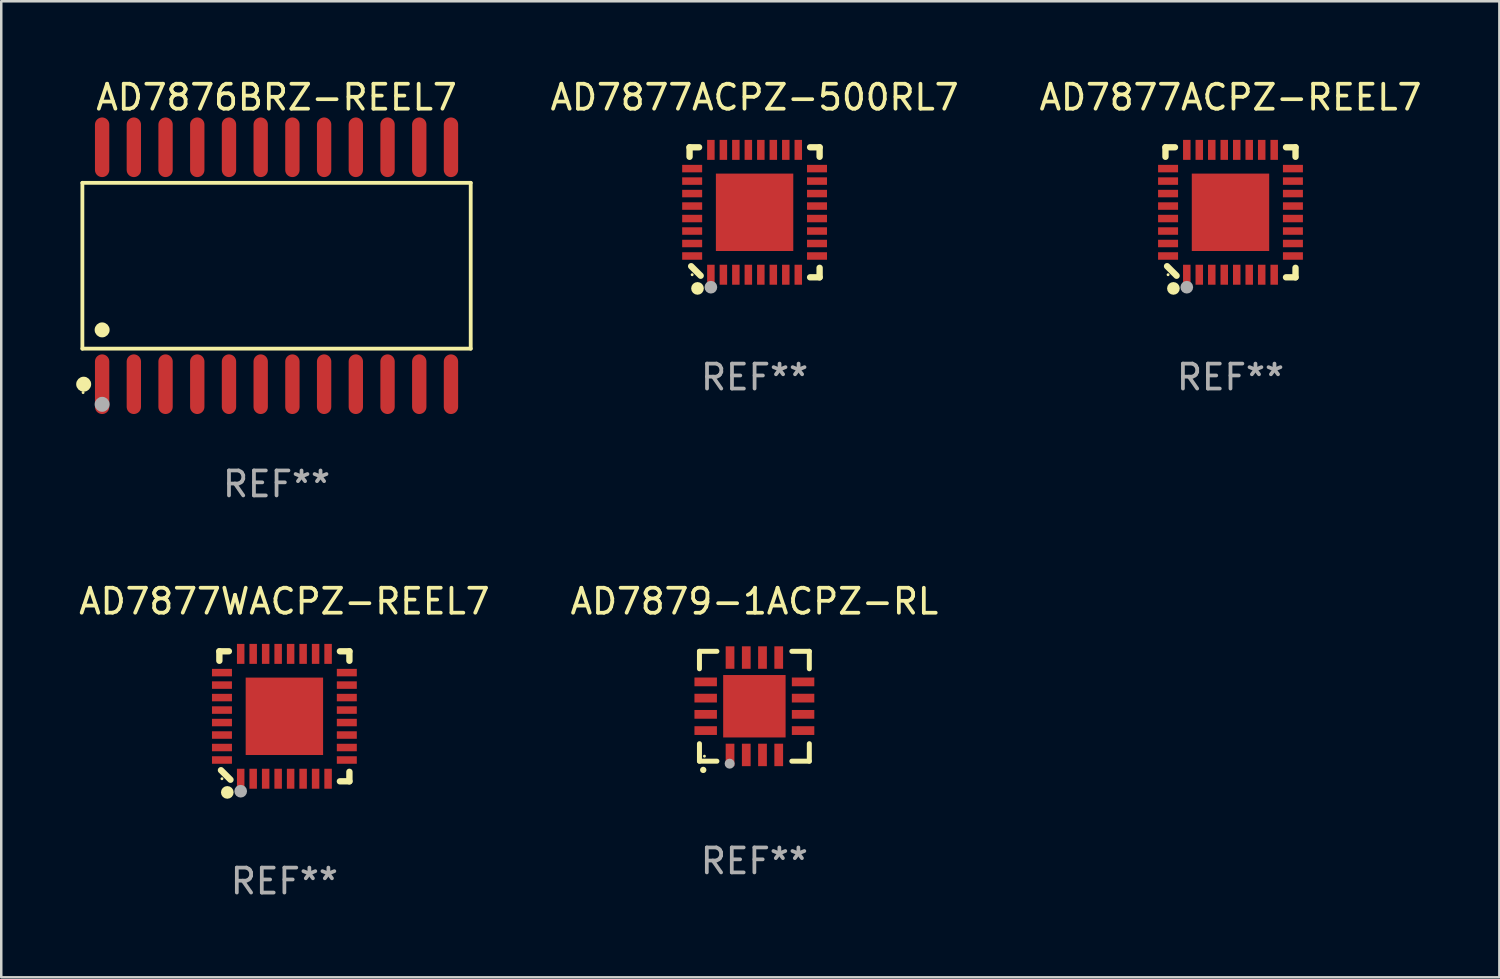
<source format=kicad_pcb>
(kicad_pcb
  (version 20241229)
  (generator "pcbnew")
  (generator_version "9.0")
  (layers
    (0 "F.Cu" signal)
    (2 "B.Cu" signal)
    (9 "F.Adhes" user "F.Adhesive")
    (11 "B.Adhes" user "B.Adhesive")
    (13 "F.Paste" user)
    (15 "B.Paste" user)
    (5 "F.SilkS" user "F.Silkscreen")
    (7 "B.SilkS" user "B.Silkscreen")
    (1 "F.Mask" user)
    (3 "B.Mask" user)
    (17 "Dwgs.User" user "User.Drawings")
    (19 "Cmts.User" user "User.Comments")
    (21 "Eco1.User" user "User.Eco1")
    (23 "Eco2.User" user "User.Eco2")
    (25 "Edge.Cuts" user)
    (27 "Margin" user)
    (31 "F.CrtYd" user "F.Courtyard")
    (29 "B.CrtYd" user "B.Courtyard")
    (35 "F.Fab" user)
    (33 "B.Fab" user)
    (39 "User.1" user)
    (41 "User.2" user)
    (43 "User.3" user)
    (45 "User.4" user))
  (footprint "AD7879-1ACPZ-RL"
    (layer "F.Cu")
    (at 27.161 25.233)
    (property "Reference" "AD7879-1ACPZ-RL" (at 0 -4.2 0) (layer "F.SilkS") (effects (font (size 1 1) (thickness 0.15))))
    (attr through_hole)
    (fp_line (start -2.2 -2.2) (end -1.5 -2.2) (stroke (width 0.2) (type solid)) (layer "F.SilkS"))
    (fp_line (start -2.2 -1.5) (end -2.2 -2.2) (stroke (width 0.2) (type solid)) (layer "F.SilkS"))
    (fp_line (start -2.2 2.2) (end -2.2 1.5) (stroke (width 0.2) (type solid)) (layer "F.SilkS"))
    (fp_line (start -1.5 2.2) (end -2.2 2.2) (stroke (width 0.2) (type solid)) (layer "F.SilkS"))
    (fp_line (start 1.5 2.2) (end 2.2 2.2) (stroke (width 0.2) (type solid)) (layer "F.SilkS"))
    (fp_line (start 2.2 -2.2) (end 1.5 -2.2) (stroke (width 0.2) (type solid)) (layer "F.SilkS"))
    (fp_line (start 2.2 -1.5) (end 2.2 -2.2) (stroke (width 0.2) (type solid)) (layer "F.SilkS"))
    (fp_line (start 2.2 2.2) (end 2.2 1.5) (stroke (width 0.2) (type solid)) (layer "F.SilkS"))
    (fp_arc (start -2.049784 2.550165) (mid -2.048514 2.550159) (end -2.047244 2.550165) (stroke (width 0.25) (type solid)) (layer "F.SilkS"))
    (fp_circle (center -2 2) (end -1.97 2) (stroke (width 0.06) (type solid)) (fill no) (layer "F.SilkS"))
    (fp_circle (center -0.99 2.3) (end -0.89 2.3) (stroke (width 0.2) (type solid)) (fill no) (layer "F.Fab"))
    (fp_text user "REF**" (at 0 6.2 0) (layer "F.Fab") (effects (font (size 1 1) (thickness 0.15))))
    (pad "1" smd rect (at -0.975 1.95 180) (size 0.35 0.9) (layers "F.Cu" "F.Mask" "F.Paste"))
    (pad "2" smd rect (at -0.325 1.95 180) (size 0.35 0.9) (layers "F.Cu" "F.Mask" "F.Paste"))
    (pad "3" smd rect (at 0.325 1.95 180) (size 0.35 0.9) (layers "F.Cu" "F.Mask" "F.Paste"))
    (pad "4" smd rect (at 0.975 1.95 180) (size 0.35 0.9) (layers "F.Cu" "F.Mask" "F.Paste"))
    (pad "5" smd rect (at 1.95 0.975 90) (size 0.35 0.9) (layers "F.Cu" "F.Mask" "F.Paste"))
    (pad "6" smd rect (at 1.95 0.325 90) (size 0.35 0.9) (layers "F.Cu" "F.Mask" "F.Paste"))
    (pad "7" smd rect (at 1.95 -0.325 90) (size 0.35 0.9) (layers "F.Cu" "F.Mask" "F.Paste"))
    (pad "8" smd rect (at 1.95 -0.975 90) (size 0.35 0.9) (layers "F.Cu" "F.Mask" "F.Paste"))
    (pad "9" smd rect (at 0.975 -1.95 180) (size 0.35 0.9) (layers "F.Cu" "F.Mask" "F.Paste"))
    (pad "10" smd rect (at 0.325 -1.95 180) (size 0.35 0.9) (layers "F.Cu" "F.Mask" "F.Paste"))
    (pad "11" smd rect (at -0.325 -1.95 180) (size 0.35 0.9) (layers "F.Cu" "F.Mask" "F.Paste"))
    (pad "12" smd rect (at -0.975 -1.95 180) (size 0.35 0.9) (layers "F.Cu" "F.Mask" "F.Paste"))
    (pad "13" smd rect (at -1.95 -0.975 90) (size 0.35 0.9) (layers "F.Cu" "F.Mask" "F.Paste"))
    (pad "14" smd rect (at -1.95 -0.325 90) (size 0.35 0.9) (layers "F.Cu" "F.Mask" "F.Paste"))
    (pad "15" smd rect (at -1.95 0.325 90) (size 0.35 0.9) (layers "F.Cu" "F.Mask" "F.Paste"))
    (pad "16" smd rect (at -1.95 0.975 90) (size 0.35 0.9) (layers "F.Cu" "F.Mask" "F.Paste"))
    (pad "17" smd rect (at 0.000051 0.000051 90) (size 2.5 2.5) (layers "F.Cu" "F.Mask" "F.Paste")))
  (footprint "AD7876BRZ-REEL7"
    (layer "F.Cu")
    (at 8.025 7.592)
    (property "Reference" "AD7876BRZ-REEL7" (at 0 -6.744 0) (layer "F.SilkS") (effects (font (size 1 1) (thickness 0.15))))
    (attr through_hole)
    (fp_line (start -7.776 -3.321) (end 7.776 -3.321) (stroke (width 0.152) (type solid)) (layer "F.SilkS"))
    (fp_line (start -7.776 3.321) (end -7.776 -3.321) (stroke (width 0.152) (type solid)) (layer "F.SilkS"))
    (fp_line (start 7.776 -3.321) (end 7.776 3.321) (stroke (width 0.152) (type solid)) (layer "F.SilkS"))
    (fp_line (start 7.776 3.321) (end -7.776 3.321) (stroke (width 0.152) (type solid)) (layer "F.SilkS"))
    (fp_circle (center -7.747 5.08) (end -7.717 5.08) (stroke (width 0.06) (type solid)) (fill no) (layer "F.SilkS"))
    (fp_circle (center -7.724 4.744) (end -7.574 4.744) (stroke (width 0.3) (type solid)) (fill no) (layer "F.SilkS"))
    (fp_circle (center -6.985 2.569) (end -6.835 2.569) (stroke (width 0.3) (type solid)) (fill no) (layer "F.SilkS"))
    (fp_circle (center -6.985 5.55) (end -6.835 5.55) (stroke (width 0.3) (type solid)) (fill no) (layer "F.Fab"))
    (fp_text user "REF**" (at 0 8.744 0) (layer "F.Fab") (effects (font (size 1 1) (thickness 0.15))))
    (pad "1" smd oval (at -6.985 4.744) (size 0.574 2.388) (layers "F.Cu" "F.Mask" "F.Paste"))
    (pad "2" smd oval (at -5.715 4.744) (size 0.574 2.388) (layers "F.Cu" "F.Mask" "F.Paste"))
    (pad "3" smd oval (at -4.445 4.744) (size 0.574 2.388) (layers "F.Cu" "F.Mask" "F.Paste"))
    (pad "4" smd oval (at -3.175 4.744) (size 0.574 2.388) (layers "F.Cu" "F.Mask" "F.Paste"))
    (pad "5" smd oval (at -1.905 4.744) (size 0.574 2.388) (layers "F.Cu" "F.Mask" "F.Paste"))
    (pad "6" smd oval (at -0.635 4.744) (size 0.574 2.388) (layers "F.Cu" "F.Mask" "F.Paste"))
    (pad "7" smd oval (at 0.635 4.744) (size 0.574 2.388) (layers "F.Cu" "F.Mask" "F.Paste"))
    (pad "8" smd oval (at 1.905 4.744) (size 0.574 2.388) (layers "F.Cu" "F.Mask" "F.Paste"))
    (pad "9" smd oval (at 3.175 4.744) (size 0.574 2.388) (layers "F.Cu" "F.Mask" "F.Paste"))
    (pad "10" smd oval (at 4.445 4.744) (size 0.574 2.388) (layers "F.Cu" "F.Mask" "F.Paste"))
    (pad "11" smd oval (at 5.715 4.744) (size 0.574 2.388) (layers "F.Cu" "F.Mask" "F.Paste"))
    (pad "12" smd oval (at 6.985 4.744) (size 0.574 2.388) (layers "F.Cu" "F.Mask" "F.Paste"))
    (pad "13" smd oval (at 6.985 -4.744) (size 0.574 2.388) (layers "F.Cu" "F.Mask" "F.Paste"))
    (pad "14" smd oval (at 5.715 -4.744) (size 0.574 2.388) (layers "F.Cu" "F.Mask" "F.Paste"))
    (pad "15" smd oval (at 4.445 -4.744) (size 0.574 2.388) (layers "F.Cu" "F.Mask" "F.Paste"))
    (pad "16" smd oval (at 3.175 -4.744) (size 0.574 2.388) (layers "F.Cu" "F.Mask" "F.Paste"))
    (pad "17" smd oval (at 1.905 -4.744) (size 0.574 2.388) (layers "F.Cu" "F.Mask" "F.Paste"))
    (pad "18" smd oval (at 0.635 -4.744) (size 0.574 2.388) (layers "F.Cu" "F.Mask" "F.Paste"))
    (pad "19" smd oval (at -0.635 -4.744) (size 0.574 2.388) (layers "F.Cu" "F.Mask" "F.Paste"))
    (pad "20" smd oval (at -1.905 -4.744) (size 0.574 2.388) (layers "F.Cu" "F.Mask" "F.Paste"))
    (pad "21" smd oval (at -3.175 -4.744) (size 0.574 2.388) (layers "F.Cu" "F.Mask" "F.Paste"))
    (pad "22" smd oval (at -4.445 -4.744) (size 0.574 2.388) (layers "F.Cu" "F.Mask" "F.Paste"))
    (pad "23" smd oval (at -5.715 -4.744) (size 0.574 2.388) (layers "F.Cu" "F.Mask" "F.Paste"))
    (pad "24" smd oval (at -6.985 -4.744) (size 0.574 2.388) (layers "F.Cu" "F.Mask" "F.Paste")))
  (footprint "AD7877WACPZ-REEL7"
    (layer "F.Cu")
    (at 8.339 25.636)
    (property "Reference" "AD7877WACPZ-REEL7" (at 0 -4.604 0) (layer "F.SilkS") (effects (font (size 1 1) (thickness 0.15))))
    (attr through_hole)
    (fp_line (start -2.604 -2.604) (end -2.604 -2.223) (stroke (width 0.254) (type solid)) (layer "F.SilkS"))
    (fp_line (start -2.54 2.159) (end -2.159 2.54) (stroke (width 0.254) (type solid)) (layer "F.SilkS"))
    (fp_line (start -2.223 -2.604) (end -2.604 -2.604) (stroke (width 0.254) (type solid)) (layer "F.SilkS"))
    (fp_line (start 2.223 2.604) (end 2.604 2.604) (stroke (width 0.254) (type solid)) (layer "F.SilkS"))
    (fp_line (start 2.604 -2.604) (end 2.223 -2.604) (stroke (width 0.254) (type solid)) (layer "F.SilkS"))
    (fp_line (start 2.604 -2.223) (end 2.604 -2.604) (stroke (width 0.254) (type solid)) (layer "F.SilkS"))
    (fp_line (start 2.604 2.604) (end 2.604 2.223) (stroke (width 0.254) (type solid)) (layer "F.SilkS"))
    (fp_circle (center -2.5 2.5) (end -2.47 2.5) (stroke (width 0.06) (type solid)) (fill no) (layer "F.SilkS"))
    (fp_circle (center -2.286 3.048) (end -2.159 3.048) (stroke (width 0.254) (type solid)) (fill no) (layer "F.SilkS"))
    (fp_circle (center -1.75 3) (end -1.623 3) (stroke (width 0.254) (type solid)) (fill no) (layer "F.Fab"))
    (fp_text user "REF**" (at 0 6.604 0) (layer "F.Fab") (effects (font (size 1 1) (thickness 0.15))))
    (pad "1" smd rect (at -1.75 2.5) (size 0.3 0.8) (layers "F.Cu" "F.Mask" "F.Paste"))
    (pad "2" smd rect (at -1.25 2.5) (size 0.3 0.8) (layers "F.Cu" "F.Mask" "F.Paste"))
    (pad "3" smd rect (at -0.75 2.5) (size 0.3 0.8) (layers "F.Cu" "F.Mask" "F.Paste"))
    (pad "4" smd rect (at -0.25 2.5) (size 0.3 0.8) (layers "F.Cu" "F.Mask" "F.Paste"))
    (pad "5" smd rect (at 0.25 2.5) (size 0.3 0.8) (layers "F.Cu" "F.Mask" "F.Paste"))
    (pad "6" smd rect (at 0.75 2.5) (size 0.3 0.8) (layers "F.Cu" "F.Mask" "F.Paste"))
    (pad "7" smd rect (at 1.25 2.5) (size 0.3 0.8) (layers "F.Cu" "F.Mask" "F.Paste"))
    (pad "8" smd rect (at 1.75 2.5) (size 0.3 0.8) (layers "F.Cu" "F.Mask" "F.Paste"))
    (pad "9" smd rect (at 2.5 1.75) (size 0.8 0.3) (layers "F.Cu" "F.Mask" "F.Paste"))
    (pad "10" smd rect (at 2.5 1.25) (size 0.8 0.3) (layers "F.Cu" "F.Mask" "F.Paste"))
    (pad "11" smd rect (at 2.5 0.75) (size 0.8 0.3) (layers "F.Cu" "F.Mask" "F.Paste"))
    (pad "12" smd rect (at 2.5 0.25) (size 0.8 0.3) (layers "F.Cu" "F.Mask" "F.Paste"))
    (pad "13" smd rect (at 2.5 -0.25) (size 0.8 0.3) (layers "F.Cu" "F.Mask" "F.Paste"))
    (pad "14" smd rect (at 2.5 -0.75) (size 0.8 0.3) (layers "F.Cu" "F.Mask" "F.Paste"))
    (pad "15" smd rect (at 2.5 -1.25) (size 0.8 0.3) (layers "F.Cu" "F.Mask" "F.Paste"))
    (pad "16" smd rect (at 2.5 -1.75) (size 0.8 0.3) (layers "F.Cu" "F.Mask" "F.Paste"))
    (pad "17" smd rect (at 1.75 -2.5) (size 0.3 0.8) (layers "F.Cu" "F.Mask" "F.Paste"))
    (pad "18" smd rect (at 1.25 -2.5) (size 0.3 0.8) (layers "F.Cu" "F.Mask" "F.Paste"))
    (pad "19" smd rect (at 0.75 -2.5) (size 0.3 0.8) (layers "F.Cu" "F.Mask" "F.Paste"))
    (pad "20" smd rect (at 0.25 -2.5) (size 0.3 0.8) (layers "F.Cu" "F.Mask" "F.Paste"))
    (pad "21" smd rect (at -0.25 -2.5) (size 0.3 0.8) (layers "F.Cu" "F.Mask" "F.Paste"))
    (pad "22" smd rect (at -0.75 -2.5) (size 0.3 0.8) (layers "F.Cu" "F.Mask" "F.Paste"))
    (pad "23" smd rect (at -1.25 -2.5) (size 0.3 0.8) (layers "F.Cu" "F.Mask" "F.Paste"))
    (pad "24" smd rect (at -1.75 -2.5) (size 0.3 0.8) (layers "F.Cu" "F.Mask" "F.Paste"))
    (pad "25" smd rect (at -2.5 -1.75) (size 0.8 0.3) (layers "F.Cu" "F.Mask" "F.Paste"))
    (pad "26" smd rect (at -2.5 -1.25) (size 0.8 0.3) (layers "F.Cu" "F.Mask" "F.Paste"))
    (pad "27" smd rect (at -2.5 -0.75) (size 0.8 0.3) (layers "F.Cu" "F.Mask" "F.Paste"))
    (pad "28" smd rect (at -2.5 -0.25) (size 0.8 0.3) (layers "F.Cu" "F.Mask" "F.Paste"))
    (pad "29" smd rect (at -2.5 0.25) (size 0.8 0.3) (layers "F.Cu" "F.Mask" "F.Paste"))
    (pad "30" smd rect (at -2.5 0.75) (size 0.8 0.3) (layers "F.Cu" "F.Mask" "F.Paste"))
    (pad "31" smd rect (at -2.5 1.25) (size 0.8 0.3) (layers "F.Cu" "F.Mask" "F.Paste"))
    (pad "32" smd rect (at -2.5 1.75) (size 0.8 0.3) (layers "F.Cu" "F.Mask" "F.Paste"))
    (pad "33" smd rect (at 0 -0.000025) (size 3.1 3.1) (layers "F.Cu" "F.Mask" "F.Paste")))
  (footprint "AD7877ACPZ-REEL7"
    (layer "F.Cu")
    (at 46.228 5.452)
    (property "Reference" "AD7877ACPZ-REEL7" (at 0 -4.604 0) (layer "F.SilkS") (effects (font (size 1 1) (thickness 0.15))))
    (attr through_hole)
    (fp_line (start -2.604 -2.604) (end -2.604 -2.223) (stroke (width 0.254) (type solid)) (layer "F.SilkS"))
    (fp_line (start -2.54 2.159) (end -2.159 2.54) (stroke (width 0.254) (type solid)) (layer "F.SilkS"))
    (fp_line (start -2.223 -2.604) (end -2.604 -2.604) (stroke (width 0.254) (type solid)) (layer "F.SilkS"))
    (fp_line (start 2.223 2.604) (end 2.604 2.604) (stroke (width 0.254) (type solid)) (layer "F.SilkS"))
    (fp_line (start 2.604 -2.604) (end 2.223 -2.604) (stroke (width 0.254) (type solid)) (layer "F.SilkS"))
    (fp_line (start 2.604 -2.223) (end 2.604 -2.604) (stroke (width 0.254) (type solid)) (layer "F.SilkS"))
    (fp_line (start 2.604 2.604) (end 2.604 2.223) (stroke (width 0.254) (type solid)) (layer "F.SilkS"))
    (fp_circle (center -2.5 2.5) (end -2.47 2.5) (stroke (width 0.06) (type solid)) (fill no) (layer "F.SilkS"))
    (fp_circle (center -2.286 3.048) (end -2.159 3.048) (stroke (width 0.254) (type solid)) (fill no) (layer "F.SilkS"))
    (fp_circle (center -1.75 3) (end -1.623 3) (stroke (width 0.254) (type solid)) (fill no) (layer "F.Fab"))
    (fp_text user "REF**" (at 0 6.604 0) (layer "F.Fab") (effects (font (size 1 1) (thickness 0.15))))
    (pad "1" smd rect (at -1.75 2.5) (size 0.3 0.8) (layers "F.Cu" "F.Mask" "F.Paste"))
    (pad "2" smd rect (at -1.25 2.5) (size 0.3 0.8) (layers "F.Cu" "F.Mask" "F.Paste"))
    (pad "3" smd rect (at -0.75 2.5) (size 0.3 0.8) (layers "F.Cu" "F.Mask" "F.Paste"))
    (pad "4" smd rect (at -0.25 2.5) (size 0.3 0.8) (layers "F.Cu" "F.Mask" "F.Paste"))
    (pad "5" smd rect (at 0.25 2.5) (size 0.3 0.8) (layers "F.Cu" "F.Mask" "F.Paste"))
    (pad "6" smd rect (at 0.75 2.5) (size 0.3 0.8) (layers "F.Cu" "F.Mask" "F.Paste"))
    (pad "7" smd rect (at 1.25 2.5) (size 0.3 0.8) (layers "F.Cu" "F.Mask" "F.Paste"))
    (pad "8" smd rect (at 1.75 2.5) (size 0.3 0.8) (layers "F.Cu" "F.Mask" "F.Paste"))
    (pad "9" smd rect (at 2.5 1.75) (size 0.8 0.3) (layers "F.Cu" "F.Mask" "F.Paste"))
    (pad "10" smd rect (at 2.5 1.25) (size 0.8 0.3) (layers "F.Cu" "F.Mask" "F.Paste"))
    (pad "11" smd rect (at 2.5 0.75) (size 0.8 0.3) (layers "F.Cu" "F.Mask" "F.Paste"))
    (pad "12" smd rect (at 2.5 0.25) (size 0.8 0.3) (layers "F.Cu" "F.Mask" "F.Paste"))
    (pad "13" smd rect (at 2.5 -0.25) (size 0.8 0.3) (layers "F.Cu" "F.Mask" "F.Paste"))
    (pad "14" smd rect (at 2.5 -0.75) (size 0.8 0.3) (layers "F.Cu" "F.Mask" "F.Paste"))
    (pad "15" smd rect (at 2.5 -1.25) (size 0.8 0.3) (layers "F.Cu" "F.Mask" "F.Paste"))
    (pad "16" smd rect (at 2.5 -1.75) (size 0.8 0.3) (layers "F.Cu" "F.Mask" "F.Paste"))
    (pad "17" smd rect (at 1.75 -2.5) (size 0.3 0.8) (layers "F.Cu" "F.Mask" "F.Paste"))
    (pad "18" smd rect (at 1.25 -2.5) (size 0.3 0.8) (layers "F.Cu" "F.Mask" "F.Paste"))
    (pad "19" smd rect (at 0.75 -2.5) (size 0.3 0.8) (layers "F.Cu" "F.Mask" "F.Paste"))
    (pad "20" smd rect (at 0.25 -2.5) (size 0.3 0.8) (layers "F.Cu" "F.Mask" "F.Paste"))
    (pad "21" smd rect (at -0.25 -2.5) (size 0.3 0.8) (layers "F.Cu" "F.Mask" "F.Paste"))
    (pad "22" smd rect (at -0.75 -2.5) (size 0.3 0.8) (layers "F.Cu" "F.Mask" "F.Paste"))
    (pad "23" smd rect (at -1.25 -2.5) (size 0.3 0.8) (layers "F.Cu" "F.Mask" "F.Paste"))
    (pad "24" smd rect (at -1.75 -2.5) (size 0.3 0.8) (layers "F.Cu" "F.Mask" "F.Paste"))
    (pad "25" smd rect (at -2.5 -1.75) (size 0.8 0.3) (layers "F.Cu" "F.Mask" "F.Paste"))
    (pad "26" smd rect (at -2.5 -1.25) (size 0.8 0.3) (layers "F.Cu" "F.Mask" "F.Paste"))
    (pad "27" smd rect (at -2.5 -0.75) (size 0.8 0.3) (layers "F.Cu" "F.Mask" "F.Paste"))
    (pad "28" smd rect (at -2.5 -0.25) (size 0.8 0.3) (layers "F.Cu" "F.Mask" "F.Paste"))
    (pad "29" smd rect (at -2.5 0.25) (size 0.8 0.3) (layers "F.Cu" "F.Mask" "F.Paste"))
    (pad "30" smd rect (at -2.5 0.75) (size 0.8 0.3) (layers "F.Cu" "F.Mask" "F.Paste"))
    (pad "31" smd rect (at -2.5 1.25) (size 0.8 0.3) (layers "F.Cu" "F.Mask" "F.Paste"))
    (pad "32" smd rect (at -2.5 1.75) (size 0.8 0.3) (layers "F.Cu" "F.Mask" "F.Paste"))
    (pad "33" smd rect (at 0 -0.000025) (size 3.1 3.1) (layers "F.Cu" "F.Mask" "F.Paste")))
  (footprint "AD7877ACPZ-500RL7"
    (layer "F.Cu")
    (at 27.169 5.452)
    (property "Reference" "AD7877ACPZ-500RL7" (at 0 -4.604 0) (layer "F.SilkS") (effects (font (size 1 1) (thickness 0.15))))
    (attr through_hole)
    (fp_line (start -2.604 -2.604) (end -2.604 -2.223) (stroke (width 0.254) (type solid)) (layer "F.SilkS"))
    (fp_line (start -2.54 2.159) (end -2.159 2.54) (stroke (width 0.254) (type solid)) (layer "F.SilkS"))
    (fp_line (start -2.223 -2.604) (end -2.604 -2.604) (stroke (width 0.254) (type solid)) (layer "F.SilkS"))
    (fp_line (start 2.223 2.604) (end 2.604 2.604) (stroke (width 0.254) (type solid)) (layer "F.SilkS"))
    (fp_line (start 2.604 -2.604) (end 2.223 -2.604) (stroke (width 0.254) (type solid)) (layer "F.SilkS"))
    (fp_line (start 2.604 -2.223) (end 2.604 -2.604) (stroke (width 0.254) (type solid)) (layer "F.SilkS"))
    (fp_line (start 2.604 2.604) (end 2.604 2.223) (stroke (width 0.254) (type solid)) (layer "F.SilkS"))
    (fp_circle (center -2.5 2.5) (end -2.47 2.5) (stroke (width 0.06) (type solid)) (fill no) (layer "F.SilkS"))
    (fp_circle (center -2.286 3.048) (end -2.159 3.048) (stroke (width 0.254) (type solid)) (fill no) (layer "F.SilkS"))
    (fp_circle (center -1.75 3) (end -1.623 3) (stroke (width 0.254) (type solid)) (fill no) (layer "F.Fab"))
    (fp_text user "REF**" (at 0 6.604 0) (layer "F.Fab") (effects (font (size 1 1) (thickness 0.15))))
    (pad "1" smd rect (at -1.75 2.5) (size 0.3 0.8) (layers "F.Cu" "F.Mask" "F.Paste"))
    (pad "2" smd rect (at -1.25 2.5) (size 0.3 0.8) (layers "F.Cu" "F.Mask" "F.Paste"))
    (pad "3" smd rect (at -0.75 2.5) (size 0.3 0.8) (layers "F.Cu" "F.Mask" "F.Paste"))
    (pad "4" smd rect (at -0.25 2.5) (size 0.3 0.8) (layers "F.Cu" "F.Mask" "F.Paste"))
    (pad "5" smd rect (at 0.25 2.5) (size 0.3 0.8) (layers "F.Cu" "F.Mask" "F.Paste"))
    (pad "6" smd rect (at 0.75 2.5) (size 0.3 0.8) (layers "F.Cu" "F.Mask" "F.Paste"))
    (pad "7" smd rect (at 1.25 2.5) (size 0.3 0.8) (layers "F.Cu" "F.Mask" "F.Paste"))
    (pad "8" smd rect (at 1.75 2.5) (size 0.3 0.8) (layers "F.Cu" "F.Mask" "F.Paste"))
    (pad "9" smd rect (at 2.5 1.75) (size 0.8 0.3) (layers "F.Cu" "F.Mask" "F.Paste"))
    (pad "10" smd rect (at 2.5 1.25) (size 0.8 0.3) (layers "F.Cu" "F.Mask" "F.Paste"))
    (pad "11" smd rect (at 2.5 0.75) (size 0.8 0.3) (layers "F.Cu" "F.Mask" "F.Paste"))
    (pad "12" smd rect (at 2.5 0.25) (size 0.8 0.3) (layers "F.Cu" "F.Mask" "F.Paste"))
    (pad "13" smd rect (at 2.5 -0.25) (size 0.8 0.3) (layers "F.Cu" "F.Mask" "F.Paste"))
    (pad "14" smd rect (at 2.5 -0.75) (size 0.8 0.3) (layers "F.Cu" "F.Mask" "F.Paste"))
    (pad "15" smd rect (at 2.5 -1.25) (size 0.8 0.3) (layers "F.Cu" "F.Mask" "F.Paste"))
    (pad "16" smd rect (at 2.5 -1.75) (size 0.8 0.3) (layers "F.Cu" "F.Mask" "F.Paste"))
    (pad "17" smd rect (at 1.75 -2.5) (size 0.3 0.8) (layers "F.Cu" "F.Mask" "F.Paste"))
    (pad "18" smd rect (at 1.25 -2.5) (size 0.3 0.8) (layers "F.Cu" "F.Mask" "F.Paste"))
    (pad "19" smd rect (at 0.75 -2.5) (size 0.3 0.8) (layers "F.Cu" "F.Mask" "F.Paste"))
    (pad "20" smd rect (at 0.25 -2.5) (size 0.3 0.8) (layers "F.Cu" "F.Mask" "F.Paste"))
    (pad "21" smd rect (at -0.25 -2.5) (size 0.3 0.8) (layers "F.Cu" "F.Mask" "F.Paste"))
    (pad "22" smd rect (at -0.75 -2.5) (size 0.3 0.8) (layers "F.Cu" "F.Mask" "F.Paste"))
    (pad "23" smd rect (at -1.25 -2.5) (size 0.3 0.8) (layers "F.Cu" "F.Mask" "F.Paste"))
    (pad "24" smd rect (at -1.75 -2.5) (size 0.3 0.8) (layers "F.Cu" "F.Mask" "F.Paste"))
    (pad "25" smd rect (at -2.5 -1.75) (size 0.8 0.3) (layers "F.Cu" "F.Mask" "F.Paste"))
    (pad "26" smd rect (at -2.5 -1.25) (size 0.8 0.3) (layers "F.Cu" "F.Mask" "F.Paste"))
    (pad "27" smd rect (at -2.5 -0.75) (size 0.8 0.3) (layers "F.Cu" "F.Mask" "F.Paste"))
    (pad "28" smd rect (at -2.5 -0.25) (size 0.8 0.3) (layers "F.Cu" "F.Mask" "F.Paste"))
    (pad "29" smd rect (at -2.5 0.25) (size 0.8 0.3) (layers "F.Cu" "F.Mask" "F.Paste"))
    (pad "30" smd rect (at -2.5 0.75) (size 0.8 0.3) (layers "F.Cu" "F.Mask" "F.Paste"))
    (pad "31" smd rect (at -2.5 1.25) (size 0.8 0.3) (layers "F.Cu" "F.Mask" "F.Paste"))
    (pad "32" smd rect (at -2.5 1.75) (size 0.8 0.3) (layers "F.Cu" "F.Mask" "F.Paste"))
    (pad "33" smd rect (at 0 -0.000025) (size 3.1 3.1) (layers "F.Cu" "F.Mask" "F.Paste")))
  (gr_rect
    (start -3 -3)
    (end 56.996 36.088)
    (stroke (width 0.1) (type default))
    (fill no)
    (layer "Edge.Cuts")))
</source>
